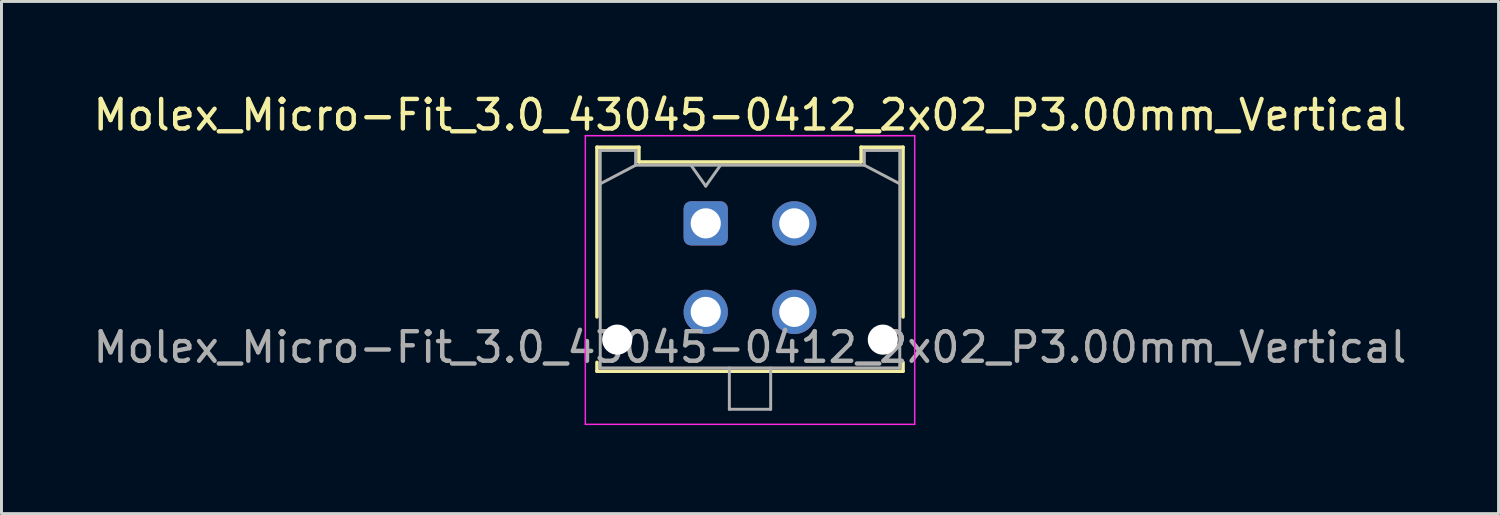
<source format=kicad_pcb>
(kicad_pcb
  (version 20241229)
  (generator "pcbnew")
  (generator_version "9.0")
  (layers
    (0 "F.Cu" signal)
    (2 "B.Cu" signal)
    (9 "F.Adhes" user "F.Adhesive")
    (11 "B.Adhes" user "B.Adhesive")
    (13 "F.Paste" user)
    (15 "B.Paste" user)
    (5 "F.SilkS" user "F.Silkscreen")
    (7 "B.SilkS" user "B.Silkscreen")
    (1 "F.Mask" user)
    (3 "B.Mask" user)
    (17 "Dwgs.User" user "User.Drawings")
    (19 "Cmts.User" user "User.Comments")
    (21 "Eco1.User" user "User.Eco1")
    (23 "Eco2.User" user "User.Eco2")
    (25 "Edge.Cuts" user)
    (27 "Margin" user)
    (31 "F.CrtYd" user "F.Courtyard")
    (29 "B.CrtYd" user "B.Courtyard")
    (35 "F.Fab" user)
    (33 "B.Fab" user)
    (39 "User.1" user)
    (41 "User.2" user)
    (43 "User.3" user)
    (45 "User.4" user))
  (footprint "Molex_Micro-Fit_3.0_43045-0412_2x02_P3.00mm_Vertical"
    (layer "F.Cu")
    (at 20.863 4.518)
    (property "Reference" "Molex_Micro-Fit_3.0_43045-0412_2x02_P3.00mm_Vertical" (at 1.5 -3.67 0) (layer "F.SilkS") (effects (font (size 1 1) (thickness 0.15))))
    (attr through_hole)
    (fp_line (start -3.685 -2.58) (end -2.265 -2.58) (stroke (width 0.12) (type solid)) (layer "F.SilkS"))
    (fp_line (start -3.685 3.17) (end -3.685 -2.58) (stroke (width 0.12) (type solid)) (layer "F.SilkS"))
    (fp_line (start -3.685 4.71) (end -3.685 5.01) (stroke (width 0.12) (type solid)) (layer "F.SilkS"))
    (fp_line (start -3.685 5.01) (end 6.685 5.01) (stroke (width 0.12) (type solid)) (layer "F.SilkS"))
    (fp_line (start -2.265 -2.58) (end -2.265 -2.08) (stroke (width 0.12) (type solid)) (layer "F.SilkS"))
    (fp_line (start -2.265 -2.08) (end 5.265 -2.08) (stroke (width 0.12) (type solid)) (layer "F.SilkS"))
    (fp_line (start 5.265 -2.58) (end 6.685 -2.58) (stroke (width 0.12) (type solid)) (layer "F.SilkS"))
    (fp_line (start 5.265 -2.08) (end 5.265 -2.58) (stroke (width 0.12) (type solid)) (layer "F.SilkS"))
    (fp_line (start 6.685 -2.58) (end 6.685 3.17) (stroke (width 0.12) (type solid)) (layer "F.SilkS"))
    (fp_line (start 6.685 5.01) (end 6.685 4.71) (stroke (width 0.12) (type solid)) (layer "F.SilkS"))
    (fp_line (start -4.08 -2.97) (end 7.08 -2.97) (stroke (width 0.05) (type solid)) (layer "F.CrtYd"))
    (fp_line (start -4.08 6.81) (end -4.08 -2.97) (stroke (width 0.05) (type solid)) (layer "F.CrtYd"))
    (fp_line (start 7.08 -2.97) (end 7.08 6.81) (stroke (width 0.05) (type solid)) (layer "F.CrtYd"))
    (fp_line (start 7.08 6.81) (end -4.08 6.81) (stroke (width 0.05) (type solid)) (layer "F.CrtYd"))
    (fp_line (start -3.575 -2.47) (end -3.575 4.9) (stroke (width 0.1) (type solid)) (layer "F.Fab"))
    (fp_line (start -3.575 -1.34) (end -2.375 -1.97) (stroke (width 0.1) (type solid)) (layer "F.Fab"))
    (fp_line (start -3.575 4.9) (end 6.575 4.9) (stroke (width 0.1) (type solid)) (layer "F.Fab"))
    (fp_line (start -2.375 -2.47) (end -3.575 -2.47) (stroke (width 0.1) (type solid)) (layer "F.Fab"))
    (fp_line (start -2.375 -1.97) (end -2.375 -2.47) (stroke (width 0.1) (type solid)) (layer "F.Fab"))
    (fp_line (start -0.5 -1.97) (end 0 -1.263) (stroke (width 0.1) (type solid)) (layer "F.Fab"))
    (fp_line (start 0 -1.263) (end 0.5 -1.97) (stroke (width 0.1) (type solid)) (layer "F.Fab"))
    (fp_line (start 0.8 4.9) (end 0.8 6.3) (stroke (width 0.1) (type solid)) (layer "F.Fab"))
    (fp_line (start 0.8 6.3) (end 2.2 6.3) (stroke (width 0.1) (type solid)) (layer "F.Fab"))
    (fp_line (start 2.2 6.3) (end 2.2 4.9) (stroke (width 0.1) (type solid)) (layer "F.Fab"))
    (fp_line (start 5.375 -2.47) (end 5.375 -1.97) (stroke (width 0.1) (type solid)) (layer "F.Fab"))
    (fp_line (start 5.375 -1.97) (end -2.375 -1.97) (stroke (width 0.1) (type solid)) (layer "F.Fab"))
    (fp_line (start 6.575 -2.47) (end 5.375 -2.47) (stroke (width 0.1) (type solid)) (layer "F.Fab"))
    (fp_line (start 6.575 -1.34) (end 5.375 -1.97) (stroke (width 0.1) (type solid)) (layer "F.Fab"))
    (fp_line (start 6.575 4.9) (end 6.575 -2.47) (stroke (width 0.1) (type solid)) (layer "F.Fab"))
    (fp_text user "${REFERENCE}" (at 1.5 4.2 0) (layer "F.Fab") (effects (font (size 1 1) (thickness 0.15))))
    (pad "" np_thru_hole circle (at -3 3.94) (size 1.02 1.02) (drill 1.02) (layers "*.Cu" "*.Mask"))
    (pad "" np_thru_hole circle (at 6 3.94) (size 1.02 1.02) (drill 1.02) (layers "*.Cu" "*.Mask"))
    (pad "1" thru_hole roundrect (at 0 0) (size 1.5 1.5) (drill 1.02) (layers "*.Cu" "*.Mask") (roundrect_rratio 0.167))
    (pad "2" thru_hole circle (at 3 0) (size 1.5 1.5) (drill 1.02) (layers "*.Cu" "*.Mask"))
    (pad "3" thru_hole circle (at 0 3) (size 1.5 1.5) (drill 1.02) (layers "*.Cu" "*.Mask"))
    (pad "4" thru_hole circle (at 3 3) (size 1.5 1.5) (drill 1.02) (layers "*.Cu" "*.Mask")))
  (gr_rect
    (start -3 -3)
    (end 47.726 14.353)
    (stroke (width 0.1) (type default))
    (fill no)
    (layer "Edge.Cuts")))
</source>
